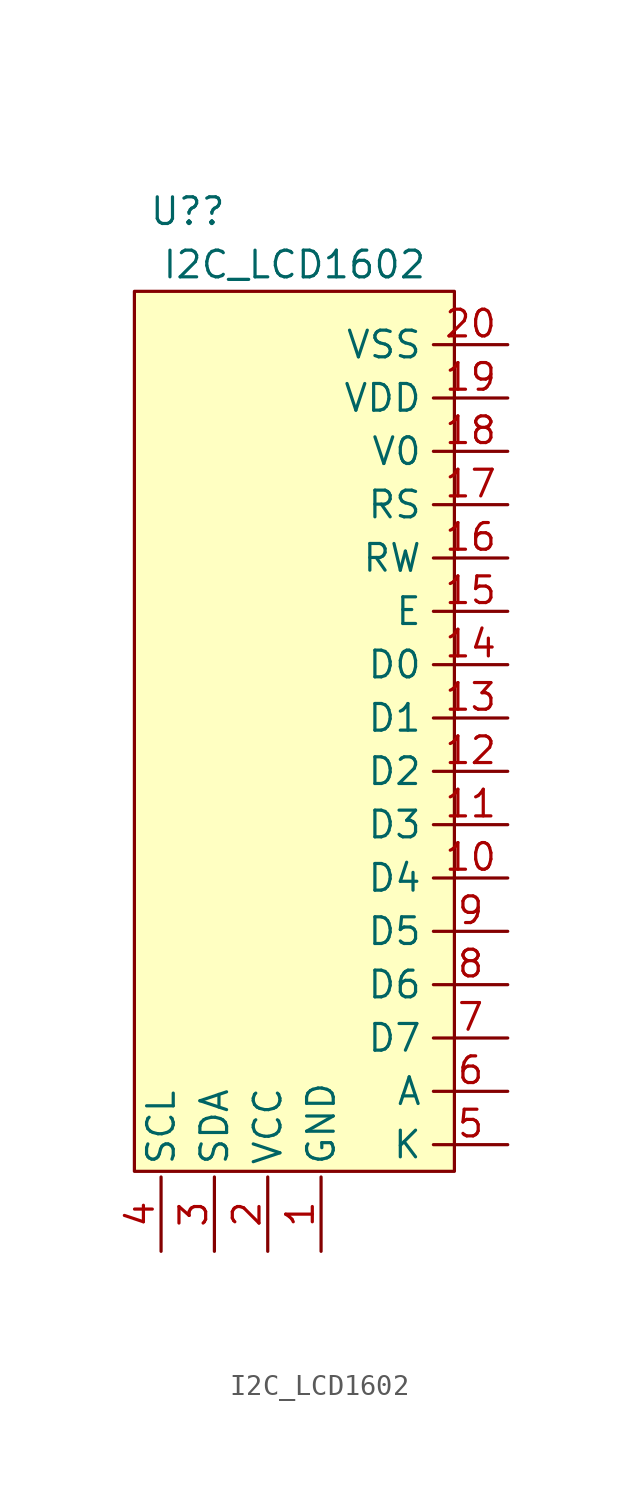
<source format=kicad_sym>
(kicad_symbol_lib
  (version 20211014)
  (generator kicad_symbol_editor)
  (symbol "I2C_LCD1602"
    (property "Reference" "U?"
      (at -5.08 26.67 0)
      (effects (font (size 1.27 1.27))))
    (property "Value" "I2C_LCD1602"
      (at 0 24.13 0)
      (effects (font (size 1.27 1.27))))
    (symbol "I2C_LCD1602_0_1"
      (rectangle (start -7.62 22.86) (end 7.62 -19.05) (stroke (width 0) (type default) (color 0 0 0 0)) (fill (type background))))
    (symbol "I2C_LCD1602_1_1"
      (pin input line (at 1.27 -22.86 90) (length 3.54) (name "GND" (effects (font (size 1.27 1.27)))) (number "1" (effects (font (size 1.27 1.27)))))
      (pin output line (at 10.16 -5.08 180) (length 3.54) (name "D4" (effects (font (size 1.27 1.27)))) (number "10" (effects (font (size 1.27 1.27)))))
      (pin output line (at 10.16 -2.54 180) (length 3.54) (name "D3" (effects (font (size 1.27 1.27)))) (number "11" (effects (font (size 1.27 1.27)))))
      (pin output line (at 10.16 0 180) (length 3.54) (name "D2" (effects (font (size 1.27 1.27)))) (number "12" (effects (font (size 1.27 1.27)))))
      (pin output line (at 10.16 2.54 180) (length 3.54) (name "D1" (effects (font (size 1.27 1.27)))) (number "13" (effects (font (size 1.27 1.27)))))
      (pin output line (at 10.16 5.08 180) (length 3.54) (name "D0" (effects (font (size 1.27 1.27)))) (number "14" (effects (font (size 1.27 1.27)))))
      (pin output line (at 10.16 7.62 180) (length 3.54) (name "E" (effects (font (size 1.27 1.27)))) (number "15" (effects (font (size 1.27 1.27)))))
      (pin output line (at 10.16 10.16 180) (length 3.54) (name "RW" (effects (font (size 1.27 1.27)))) (number "16" (effects (font (size 1.27 1.27)))))
      (pin output line (at 10.16 12.7 180) (length 3.54) (name "RS" (effects (font (size 1.27 1.27)))) (number "17" (effects (font (size 1.27 1.27)))))
      (pin output line (at 10.16 15.24 180) (length 3.54) (name "V0" (effects (font (size 1.27 1.27)))) (number "18" (effects (font (size 1.27 1.27)))))
      (pin output line (at 10.16 17.78 180) (length 3.54) (name "VDD" (effects (font (size 1.27 1.27)))) (number "19" (effects (font (size 1.27 1.27)))))
      (pin input line (at -1.27 -22.86 90) (length 3.54) (name "VCC" (effects (font (size 1.27 1.27)))) (number "2" (effects (font (size 1.27 1.27)))))
      (pin output line (at 10.16 20.32 180) (length 3.54) (name "VSS" (effects (font (size 1.27 1.27)))) (number "20" (effects (font (size 1.27 1.27)))))
      (pin input line (at -3.81 -22.86 90) (length 3.54) (name "SDA" (effects (font (size 1.27 1.27)))) (number "3" (effects (font (size 1.27 1.27)))))
      (pin input line (at -6.35 -22.86 90) (length 3.54) (name "SCL" (effects (font (size 1.27 1.27)))) (number "4" (effects (font (size 1.27 1.27)))))
      (pin output line (at 10.16 -17.78 180) (length 3.54) (name "K" (effects (font (size 1.27 1.27)))) (number "5" (effects (font (size 1.27 1.27)))))
      (pin output line (at 10.16 -15.24 180) (length 3.54) (name "A" (effects (font (size 1.27 1.27)))) (number "6" (effects (font (size 1.27 1.27)))))
      (pin output line (at 10.16 -12.7 180) (length 3.54) (name "D7" (effects (font (size 1.27 1.27)))) (number "7" (effects (font (size 1.27 1.27)))))
      (pin output line (at 10.16 -10.16 180) (length 3.54) (name "D6" (effects (font (size 1.27 1.27)))) (number "8" (effects (font (size 1.27 1.27)))))
      (pin output line (at 10.16 -7.62 180) (length 3.54) (name "D5" (effects (font (size 1.27 1.27)))) (number "9" (effects (font (size 1.27 1.27))))))))
</source>
